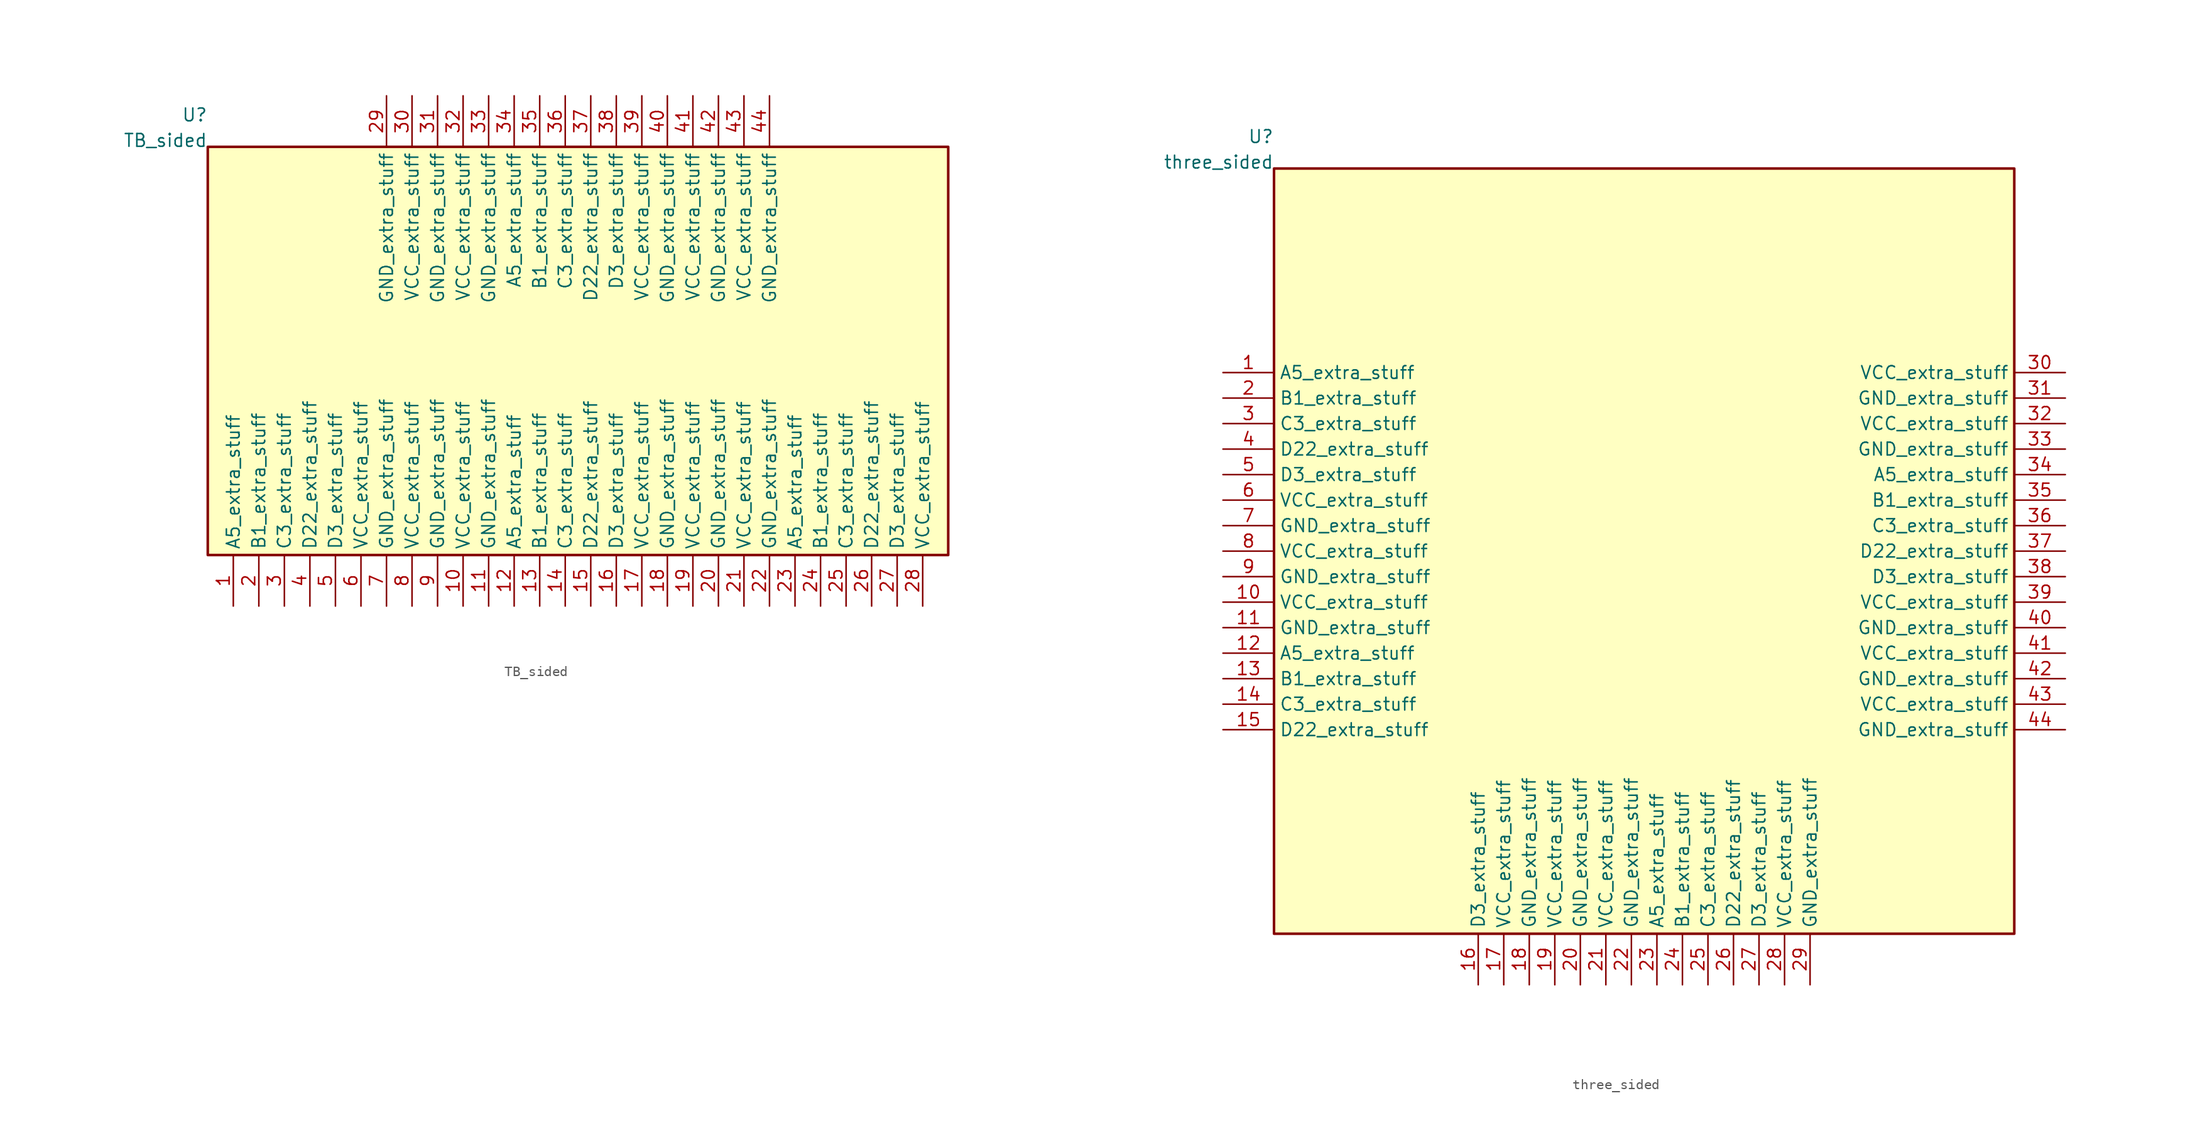
<source format=kicad_sym>
(kicad_symbol_lib
  (version 20241209)
  (generator "kicad_symbol_editor")
  (generator_version "8.0")
  (symbol "TB_sided"
    (property "Reference" "U"
      (at -36.83 23.495 0)
      (effects (font (size 1.27 1.27)) (justify right) (hide no)))
    (property "Value" "TB_sided"
      (at -36.83 20.955 0)
      (effects (font (size 1.27 1.27)) (justify right) (hide no)))
    (symbol "TB_sided_1_1"
      (rectangle (start -36.83 -20.32) (end 36.83 20.32) (stroke (width 0.254) (type solid)) (fill (type background)))
      (pin passive line (at -19.05 25.4 270) (length 5.08) (name "GND_extra_stuff" (effects (font (size 1.27 1.27)))) (number "29" (effects (font (size 1.27 1.27)))))
      (pin passive line (at -16.51 25.4 270) (length 5.08) (name "VCC_extra_stuff" (effects (font (size 1.27 1.27)))) (number "30" (effects (font (size 1.27 1.27)))))
      (pin passive line (at -13.97 25.4 270) (length 5.08) (name "GND_extra_stuff" (effects (font (size 1.27 1.27)))) (number "31" (effects (font (size 1.27 1.27)))))
      (pin passive line (at -11.43 25.4 270) (length 5.08) (name "VCC_extra_stuff" (effects (font (size 1.27 1.27)))) (number "32" (effects (font (size 1.27 1.27)))))
      (pin passive line (at -8.89 25.4 270) (length 5.08) (name "GND_extra_stuff" (effects (font (size 1.27 1.27)))) (number "33" (effects (font (size 1.27 1.27)))))
      (pin passive line (at -6.35 25.4 270) (length 5.08) (name "A5_extra_stuff" (effects (font (size 1.27 1.27)))) (number "34" (effects (font (size 1.27 1.27)))))
      (pin passive line (at -3.81 25.4 270) (length 5.08) (name "B1_extra_stuff" (effects (font (size 1.27 1.27)))) (number "35" (effects (font (size 1.27 1.27)))))
      (pin passive line (at -1.27 25.4 270) (length 5.08) (name "C3_extra_stuff" (effects (font (size 1.27 1.27)))) (number "36" (effects (font (size 1.27 1.27)))))
      (pin passive line (at 1.27 25.4 270) (length 5.08) (name "D22_extra_stuff" (effects (font (size 1.27 1.27)))) (number "37" (effects (font (size 1.27 1.27)))))
      (pin passive line (at 3.81 25.4 270) (length 5.08) (name "D3_extra_stuff" (effects (font (size 1.27 1.27)))) (number "38" (effects (font (size 1.27 1.27)))))
      (pin passive line (at 6.35 25.4 270) (length 5.08) (name "VCC_extra_stuff" (effects (font (size 1.27 1.27)))) (number "39" (effects (font (size 1.27 1.27)))))
      (pin passive line (at 8.89 25.4 270) (length 5.08) (name "GND_extra_stuff" (effects (font (size 1.27 1.27)))) (number "40" (effects (font (size 1.27 1.27)))))
      (pin passive line (at 11.43 25.4 270) (length 5.08) (name "VCC_extra_stuff" (effects (font (size 1.27 1.27)))) (number "41" (effects (font (size 1.27 1.27)))))
      (pin passive line (at 13.97 25.4 270) (length 5.08) (name "GND_extra_stuff" (effects (font (size 1.27 1.27)))) (number "42" (effects (font (size 1.27 1.27)))))
      (pin passive line (at 16.51 25.4 270) (length 5.08) (name "VCC_extra_stuff" (effects (font (size 1.27 1.27)))) (number "43" (effects (font (size 1.27 1.27)))))
      (pin passive line (at 19.05 25.4 270) (length 5.08) (name "GND_extra_stuff" (effects (font (size 1.27 1.27)))) (number "44" (effects (font (size 1.27 1.27)))))
      (pin passive line (at -34.29 -25.4 90) (length 5.08) (name "A5_extra_stuff" (effects (font (size 1.27 1.27)))) (number "1" (effects (font (size 1.27 1.27)))))
      (pin passive line (at -31.75 -25.4 90) (length 5.08) (name "B1_extra_stuff" (effects (font (size 1.27 1.27)))) (number "2" (effects (font (size 1.27 1.27)))))
      (pin passive line (at -29.21 -25.4 90) (length 5.08) (name "C3_extra_stuff" (effects (font (size 1.27 1.27)))) (number "3" (effects (font (size 1.27 1.27)))))
      (pin passive line (at -26.67 -25.4 90) (length 5.08) (name "D22_extra_stuff" (effects (font (size 1.27 1.27)))) (number "4" (effects (font (size 1.27 1.27)))))
      (pin passive line (at -24.13 -25.4 90) (length 5.08) (name "D3_extra_stuff" (effects (font (size 1.27 1.27)))) (number "5" (effects (font (size 1.27 1.27)))))
      (pin passive line (at -21.59 -25.4 90) (length 5.08) (name "VCC_extra_stuff" (effects (font (size 1.27 1.27)))) (number "6" (effects (font (size 1.27 1.27)))))
      (pin passive line (at -19.05 -25.4 90) (length 5.08) (name "GND_extra_stuff" (effects (font (size 1.27 1.27)))) (number "7" (effects (font (size 1.27 1.27)))))
      (pin passive line (at -16.51 -25.4 90) (length 5.08) (name "VCC_extra_stuff" (effects (font (size 1.27 1.27)))) (number "8" (effects (font (size 1.27 1.27)))))
      (pin passive line (at -13.97 -25.4 90) (length 5.08) (name "GND_extra_stuff" (effects (font (size 1.27 1.27)))) (number "9" (effects (font (size 1.27 1.27)))))
      (pin passive line (at -11.43 -25.4 90) (length 5.08) (name "VCC_extra_stuff" (effects (font (size 1.27 1.27)))) (number "10" (effects (font (size 1.27 1.27)))))
      (pin passive line (at -8.89 -25.4 90) (length 5.08) (name "GND_extra_stuff" (effects (font (size 1.27 1.27)))) (number "11" (effects (font (size 1.27 1.27)))))
      (pin passive line (at -6.35 -25.4 90) (length 5.08) (name "A5_extra_stuff" (effects (font (size 1.27 1.27)))) (number "12" (effects (font (size 1.27 1.27)))))
      (pin passive line (at -3.81 -25.4 90) (length 5.08) (name "B1_extra_stuff" (effects (font (size 1.27 1.27)))) (number "13" (effects (font (size 1.27 1.27)))))
      (pin passive line (at -1.27 -25.4 90) (length 5.08) (name "C3_extra_stuff" (effects (font (size 1.27 1.27)))) (number "14" (effects (font (size 1.27 1.27)))))
      (pin passive line (at 1.27 -25.4 90) (length 5.08) (name "D22_extra_stuff" (effects (font (size 1.27 1.27)))) (number "15" (effects (font (size 1.27 1.27)))))
      (pin passive line (at 3.81 -25.4 90) (length 5.08) (name "D3_extra_stuff" (effects (font (size 1.27 1.27)))) (number "16" (effects (font (size 1.27 1.27)))))
      (pin passive line (at 6.35 -25.4 90) (length 5.08) (name "VCC_extra_stuff" (effects (font (size 1.27 1.27)))) (number "17" (effects (font (size 1.27 1.27)))))
      (pin passive line (at 8.89 -25.4 90) (length 5.08) (name "GND_extra_stuff" (effects (font (size 1.27 1.27)))) (number "18" (effects (font (size 1.27 1.27)))))
      (pin passive line (at 11.43 -25.4 90) (length 5.08) (name "VCC_extra_stuff" (effects (font (size 1.27 1.27)))) (number "19" (effects (font (size 1.27 1.27)))))
      (pin passive line (at 13.97 -25.4 90) (length 5.08) (name "GND_extra_stuff" (effects (font (size 1.27 1.27)))) (number "20" (effects (font (size 1.27 1.27)))))
      (pin passive line (at 16.51 -25.4 90) (length 5.08) (name "VCC_extra_stuff" (effects (font (size 1.27 1.27)))) (number "21" (effects (font (size 1.27 1.27)))))
      (pin passive line (at 19.05 -25.4 90) (length 5.08) (name "GND_extra_stuff" (effects (font (size 1.27 1.27)))) (number "22" (effects (font (size 1.27 1.27)))))
      (pin passive line (at 21.59 -25.4 90) (length 5.08) (name "A5_extra_stuff" (effects (font (size 1.27 1.27)))) (number "23" (effects (font (size 1.27 1.27)))))
      (pin passive line (at 24.13 -25.4 90) (length 5.08) (name "B1_extra_stuff" (effects (font (size 1.27 1.27)))) (number "24" (effects (font (size 1.27 1.27)))))
      (pin passive line (at 26.67 -25.4 90) (length 5.08) (name "C3_extra_stuff" (effects (font (size 1.27 1.27)))) (number "25" (effects (font (size 1.27 1.27)))))
      (pin passive line (at 29.21 -25.4 90) (length 5.08) (name "D22_extra_stuff" (effects (font (size 1.27 1.27)))) (number "26" (effects (font (size 1.27 1.27)))))
      (pin passive line (at 31.75 -25.4 90) (length 5.08) (name "D3_extra_stuff" (effects (font (size 1.27 1.27)))) (number "27" (effects (font (size 1.27 1.27)))))
      (pin passive line (at 34.29 -25.4 90) (length 5.08) (name "VCC_extra_stuff" (effects (font (size 1.27 1.27)))) (number "28" (effects (font (size 1.27 1.27)))))))
  (symbol "three_sided"
    (property "Reference" "U"
      (at -36.83 41.275 0)
      (effects (font (size 1.27 1.27)) (justify right) (hide no)))
    (property "Value" "three_sided"
      (at -36.83 38.735 0)
      (effects (font (size 1.27 1.27)) (justify right) (hide no)))
    (symbol "three_sided_1_1"
      (rectangle (start -36.83 -38.1) (end 36.83 38.1) (stroke (width 0.254) (type solid)) (fill (type background)))
      (pin passive line (at -41.91 17.78 0) (length 5.08) (name "A5_extra_stuff" (effects (font (size 1.27 1.27)))) (number "1" (effects (font (size 1.27 1.27)))))
      (pin passive line (at -41.91 15.24 0) (length 5.08) (name "B1_extra_stuff" (effects (font (size 1.27 1.27)))) (number "2" (effects (font (size 1.27 1.27)))))
      (pin passive line (at -41.91 12.7 0) (length 5.08) (name "C3_extra_stuff" (effects (font (size 1.27 1.27)))) (number "3" (effects (font (size 1.27 1.27)))))
      (pin passive line (at -41.91 10.16 0) (length 5.08) (name "D22_extra_stuff" (effects (font (size 1.27 1.27)))) (number "4" (effects (font (size 1.27 1.27)))))
      (pin passive line (at -41.91 7.62 0) (length 5.08) (name "D3_extra_stuff" (effects (font (size 1.27 1.27)))) (number "5" (effects (font (size 1.27 1.27)))))
      (pin passive line (at -41.91 5.08 0) (length 5.08) (name "VCC_extra_stuff" (effects (font (size 1.27 1.27)))) (number "6" (effects (font (size 1.27 1.27)))))
      (pin passive line (at -41.91 2.54 0) (length 5.08) (name "GND_extra_stuff" (effects (font (size 1.27 1.27)))) (number "7" (effects (font (size 1.27 1.27)))))
      (pin passive line (at -41.91 3.552713678800501e-15 0) (length 5.08) (name "VCC_extra_stuff" (effects (font (size 1.27 1.27)))) (number "8" (effects (font (size 1.27 1.27)))))
      (pin passive line (at -41.91 -2.54 0) (length 5.08) (name "GND_extra_stuff" (effects (font (size 1.27 1.27)))) (number "9" (effects (font (size 1.27 1.27)))))
      (pin passive line (at -41.91 -5.08 0) (length 5.08) (name "VCC_extra_stuff" (effects (font (size 1.27 1.27)))) (number "10" (effects (font (size 1.27 1.27)))))
      (pin passive line (at -41.91 -7.62 0) (length 5.08) (name "GND_extra_stuff" (effects (font (size 1.27 1.27)))) (number "11" (effects (font (size 1.27 1.27)))))
      (pin passive line (at -41.91 -10.16 0) (length 5.08) (name "A5_extra_stuff" (effects (font (size 1.27 1.27)))) (number "12" (effects (font (size 1.27 1.27)))))
      (pin passive line (at -41.91 -12.7 0) (length 5.08) (name "B1_extra_stuff" (effects (font (size 1.27 1.27)))) (number "13" (effects (font (size 1.27 1.27)))))
      (pin passive line (at -41.91 -15.24 0) (length 5.08) (name "C3_extra_stuff" (effects (font (size 1.27 1.27)))) (number "14" (effects (font (size 1.27 1.27)))))
      (pin passive line (at -41.91 -17.78 0) (length 5.08) (name "D22_extra_stuff" (effects (font (size 1.27 1.27)))) (number "15" (effects (font (size 1.27 1.27)))))
      (pin passive line (at 41.91 17.78 180) (length 5.08) (name "VCC_extra_stuff" (effects (font (size 1.27 1.27)))) (number "30" (effects (font (size 1.27 1.27)))))
      (pin passive line (at 41.91 15.24 180) (length 5.08) (name "GND_extra_stuff" (effects (font (size 1.27 1.27)))) (number "31" (effects (font (size 1.27 1.27)))))
      (pin passive line (at 41.91 12.7 180) (length 5.08) (name "VCC_extra_stuff" (effects (font (size 1.27 1.27)))) (number "32" (effects (font (size 1.27 1.27)))))
      (pin passive line (at 41.91 10.16 180) (length 5.08) (name "GND_extra_stuff" (effects (font (size 1.27 1.27)))) (number "33" (effects (font (size 1.27 1.27)))))
      (pin passive line (at 41.91 7.62 180) (length 5.08) (name "A5_extra_stuff" (effects (font (size 1.27 1.27)))) (number "34" (effects (font (size 1.27 1.27)))))
      (pin passive line (at 41.91 5.08 180) (length 5.08) (name "B1_extra_stuff" (effects (font (size 1.27 1.27)))) (number "35" (effects (font (size 1.27 1.27)))))
      (pin passive line (at 41.91 2.54 180) (length 5.08) (name "C3_extra_stuff" (effects (font (size 1.27 1.27)))) (number "36" (effects (font (size 1.27 1.27)))))
      (pin passive line (at 41.91 3.552713678800501e-15 180) (length 5.08) (name "D22_extra_stuff" (effects (font (size 1.27 1.27)))) (number "37" (effects (font (size 1.27 1.27)))))
      (pin passive line (at 41.91 -2.54 180) (length 5.08) (name "D3_extra_stuff" (effects (font (size 1.27 1.27)))) (number "38" (effects (font (size 1.27 1.27)))))
      (pin passive line (at 41.91 -5.08 180) (length 5.08) (name "VCC_extra_stuff" (effects (font (size 1.27 1.27)))) (number "39" (effects (font (size 1.27 1.27)))))
      (pin passive line (at 41.91 -7.62 180) (length 5.08) (name "GND_extra_stuff" (effects (font (size 1.27 1.27)))) (number "40" (effects (font (size 1.27 1.27)))))
      (pin passive line (at 41.91 -10.16 180) (length 5.08) (name "VCC_extra_stuff" (effects (font (size 1.27 1.27)))) (number "41" (effects (font (size 1.27 1.27)))))
      (pin passive line (at 41.91 -12.7 180) (length 5.08) (name "GND_extra_stuff" (effects (font (size 1.27 1.27)))) (number "42" (effects (font (size 1.27 1.27)))))
      (pin passive line (at 41.91 -15.24 180) (length 5.08) (name "VCC_extra_stuff" (effects (font (size 1.27 1.27)))) (number "43" (effects (font (size 1.27 1.27)))))
      (pin passive line (at 41.91 -17.78 180) (length 5.08) (name "GND_extra_stuff" (effects (font (size 1.27 1.27)))) (number "44" (effects (font (size 1.27 1.27)))))
      (pin passive line (at -16.51 -43.18 90) (length 5.08) (name "D3_extra_stuff" (effects (font (size 1.27 1.27)))) (number "16" (effects (font (size 1.27 1.27)))))
      (pin passive line (at -13.97 -43.18 90) (length 5.08) (name "VCC_extra_stuff" (effects (font (size 1.27 1.27)))) (number "17" (effects (font (size 1.27 1.27)))))
      (pin passive line (at -11.43 -43.18 90) (length 5.08) (name "GND_extra_stuff" (effects (font (size 1.27 1.27)))) (number "18" (effects (font (size 1.27 1.27)))))
      (pin passive line (at -8.89 -43.18 90) (length 5.08) (name "VCC_extra_stuff" (effects (font (size 1.27 1.27)))) (number "19" (effects (font (size 1.27 1.27)))))
      (pin passive line (at -6.35 -43.18 90) (length 5.08) (name "GND_extra_stuff" (effects (font (size 1.27 1.27)))) (number "20" (effects (font (size 1.27 1.27)))))
      (pin passive line (at -3.81 -43.18 90) (length 5.08) (name "VCC_extra_stuff" (effects (font (size 1.27 1.27)))) (number "21" (effects (font (size 1.27 1.27)))))
      (pin passive line (at -1.27 -43.18 90) (length 5.08) (name "GND_extra_stuff" (effects (font (size 1.27 1.27)))) (number "22" (effects (font (size 1.27 1.27)))))
      (pin passive line (at 1.27 -43.18 90) (length 5.08) (name "A5_extra_stuff" (effects (font (size 1.27 1.27)))) (number "23" (effects (font (size 1.27 1.27)))))
      (pin passive line (at 3.81 -43.18 90) (length 5.08) (name "B1_extra_stuff" (effects (font (size 1.27 1.27)))) (number "24" (effects (font (size 1.27 1.27)))))
      (pin passive line (at 6.35 -43.18 90) (length 5.08) (name "C3_extra_stuff" (effects (font (size 1.27 1.27)))) (number "25" (effects (font (size 1.27 1.27)))))
      (pin passive line (at 8.89 -43.18 90) (length 5.08) (name "D22_extra_stuff" (effects (font (size 1.27 1.27)))) (number "26" (effects (font (size 1.27 1.27)))))
      (pin passive line (at 11.43 -43.18 90) (length 5.08) (name "D3_extra_stuff" (effects (font (size 1.27 1.27)))) (number "27" (effects (font (size 1.27 1.27)))))
      (pin passive line (at 13.97 -43.18 90) (length 5.08) (name "VCC_extra_stuff" (effects (font (size 1.27 1.27)))) (number "28" (effects (font (size 1.27 1.27)))))
      (pin passive line (at 16.51 -43.18 90) (length 5.08) (name "GND_extra_stuff" (effects (font (size 1.27 1.27)))) (number "29" (effects (font (size 1.27 1.27))))))))
</source>
